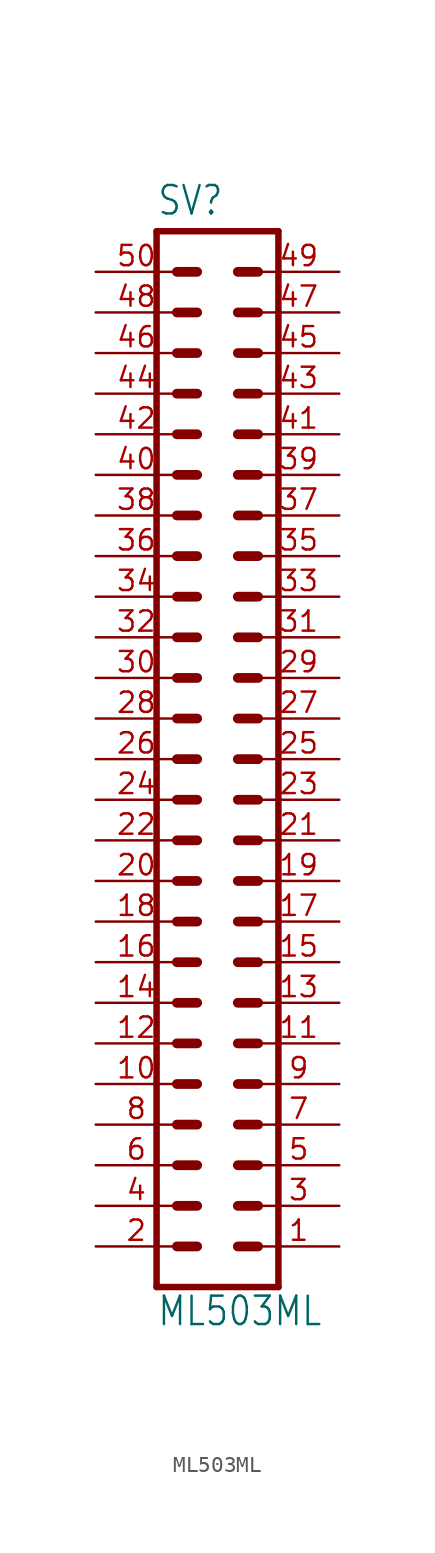
<source format=kicad_sym>
(kicad_symbol_lib
  (version 20211014)
  (generator kicad_symbol_editor)
  (symbol "ML503ML"
    (property "Reference" "SV"
      (at -3.81 33.909 0)
      (effects (font (size 1.778 1.511)) (justify left bottom)))
    (property "Value" "ML503ML"
      (at -3.81 -35.56 0)
      (effects (font (size 1.778 1.511)) (justify left bottom)))
    (property "ki_locked" ""
      (at 0 0 0)
      (effects (font (size 1.27 1.27))))
    (symbol "ML503ML_1_0"
      (polyline (pts (xy -3.81 33.02) (xy -3.81 -33.02)) (stroke (width 0.406) (type default) (color 0 0 0 0)) (fill (type none)))
      (polyline (pts (xy -3.81 33.02) (xy 3.81 33.02)) (stroke (width 0.406) (type default) (color 0 0 0 0)) (fill (type none)))
      (polyline (pts (xy -2.54 -30.48) (xy -1.27 -30.48)) (stroke (width 0.61) (type default) (color 0 0 0 0)) (fill (type none)))
      (polyline (pts (xy -2.54 -27.94) (xy -1.27 -27.94)) (stroke (width 0.61) (type default) (color 0 0 0 0)) (fill (type none)))
      (polyline (pts (xy -2.54 -25.4) (xy -1.27 -25.4)) (stroke (width 0.61) (type default) (color 0 0 0 0)) (fill (type none)))
      (polyline (pts (xy -2.54 -22.86) (xy -1.27 -22.86)) (stroke (width 0.61) (type default) (color 0 0 0 0)) (fill (type none)))
      (polyline (pts (xy -2.54 -20.32) (xy -1.27 -20.32)) (stroke (width 0.61) (type default) (color 0 0 0 0)) (fill (type none)))
      (polyline (pts (xy -2.54 -17.78) (xy -1.27 -17.78)) (stroke (width 0.61) (type default) (color 0 0 0 0)) (fill (type none)))
      (polyline (pts (xy -2.54 -15.24) (xy -1.27 -15.24)) (stroke (width 0.61) (type default) (color 0 0 0 0)) (fill (type none)))
      (polyline (pts (xy -2.54 -12.7) (xy -1.27 -12.7)) (stroke (width 0.61) (type default) (color 0 0 0 0)) (fill (type none)))
      (polyline (pts (xy -2.54 -10.16) (xy -1.27 -10.16)) (stroke (width 0.61) (type default) (color 0 0 0 0)) (fill (type none)))
      (polyline (pts (xy -2.54 -7.62) (xy -1.27 -7.62)) (stroke (width 0.61) (type default) (color 0 0 0 0)) (fill (type none)))
      (polyline (pts (xy -2.54 -5.08) (xy -1.27 -5.08)) (stroke (width 0.61) (type default) (color 0 0 0 0)) (fill (type none)))
      (polyline (pts (xy -2.54 -2.54) (xy -1.27 -2.54)) (stroke (width 0.61) (type default) (color 0 0 0 0)) (fill (type none)))
      (polyline (pts (xy -2.54 0) (xy -1.27 0)) (stroke (width 0.61) (type default) (color 0 0 0 0)) (fill (type none)))
      (polyline (pts (xy -2.54 2.54) (xy -1.27 2.54)) (stroke (width 0.61) (type default) (color 0 0 0 0)) (fill (type none)))
      (polyline (pts (xy -2.54 5.08) (xy -1.27 5.08)) (stroke (width 0.61) (type default) (color 0 0 0 0)) (fill (type none)))
      (polyline (pts (xy -2.54 7.62) (xy -1.27 7.62)) (stroke (width 0.61) (type default) (color 0 0 0 0)) (fill (type none)))
      (polyline (pts (xy -2.54 10.16) (xy -1.27 10.16)) (stroke (width 0.61) (type default) (color 0 0 0 0)) (fill (type none)))
      (polyline (pts (xy -2.54 12.7) (xy -1.27 12.7)) (stroke (width 0.61) (type default) (color 0 0 0 0)) (fill (type none)))
      (polyline (pts (xy -2.54 15.24) (xy -1.27 15.24)) (stroke (width 0.61) (type default) (color 0 0 0 0)) (fill (type none)))
      (polyline (pts (xy -2.54 17.78) (xy -1.27 17.78)) (stroke (width 0.61) (type default) (color 0 0 0 0)) (fill (type none)))
      (polyline (pts (xy -2.54 20.32) (xy -1.27 20.32)) (stroke (width 0.61) (type default) (color 0 0 0 0)) (fill (type none)))
      (polyline (pts (xy -2.54 22.86) (xy -1.27 22.86)) (stroke (width 0.61) (type default) (color 0 0 0 0)) (fill (type none)))
      (polyline (pts (xy -2.54 25.4) (xy -1.27 25.4)) (stroke (width 0.61) (type default) (color 0 0 0 0)) (fill (type none)))
      (polyline (pts (xy -2.54 27.94) (xy -1.27 27.94)) (stroke (width 0.61) (type default) (color 0 0 0 0)) (fill (type none)))
      (polyline (pts (xy -2.54 30.48) (xy -1.27 30.48)) (stroke (width 0.61) (type default) (color 0 0 0 0)) (fill (type none)))
      (polyline (pts (xy 1.27 -30.48) (xy 2.54 -30.48)) (stroke (width 0.61) (type default) (color 0 0 0 0)) (fill (type none)))
      (polyline (pts (xy 1.27 -27.94) (xy 2.54 -27.94)) (stroke (width 0.61) (type default) (color 0 0 0 0)) (fill (type none)))
      (polyline (pts (xy 1.27 -25.4) (xy 2.54 -25.4)) (stroke (width 0.61) (type default) (color 0 0 0 0)) (fill (type none)))
      (polyline (pts (xy 1.27 -22.86) (xy 2.54 -22.86)) (stroke (width 0.61) (type default) (color 0 0 0 0)) (fill (type none)))
      (polyline (pts (xy 1.27 -20.32) (xy 2.54 -20.32)) (stroke (width 0.61) (type default) (color 0 0 0 0)) (fill (type none)))
      (polyline (pts (xy 1.27 -17.78) (xy 2.54 -17.78)) (stroke (width 0.61) (type default) (color 0 0 0 0)) (fill (type none)))
      (polyline (pts (xy 1.27 -15.24) (xy 2.54 -15.24)) (stroke (width 0.61) (type default) (color 0 0 0 0)) (fill (type none)))
      (polyline (pts (xy 1.27 -12.7) (xy 2.54 -12.7)) (stroke (width 0.61) (type default) (color 0 0 0 0)) (fill (type none)))
      (polyline (pts (xy 1.27 -10.16) (xy 2.54 -10.16)) (stroke (width 0.61) (type default) (color 0 0 0 0)) (fill (type none)))
      (polyline (pts (xy 1.27 -7.62) (xy 2.54 -7.62)) (stroke (width 0.61) (type default) (color 0 0 0 0)) (fill (type none)))
      (polyline (pts (xy 1.27 -5.08) (xy 2.54 -5.08)) (stroke (width 0.61) (type default) (color 0 0 0 0)) (fill (type none)))
      (polyline (pts (xy 1.27 -2.54) (xy 2.54 -2.54)) (stroke (width 0.61) (type default) (color 0 0 0 0)) (fill (type none)))
      (polyline (pts (xy 1.27 0) (xy 2.54 0)) (stroke (width 0.61) (type default) (color 0 0 0 0)) (fill (type none)))
      (polyline (pts (xy 1.27 2.54) (xy 2.54 2.54)) (stroke (width 0.61) (type default) (color 0 0 0 0)) (fill (type none)))
      (polyline (pts (xy 1.27 5.08) (xy 2.54 5.08)) (stroke (width 0.61) (type default) (color 0 0 0 0)) (fill (type none)))
      (polyline (pts (xy 1.27 7.62) (xy 2.54 7.62)) (stroke (width 0.61) (type default) (color 0 0 0 0)) (fill (type none)))
      (polyline (pts (xy 1.27 10.16) (xy 2.54 10.16)) (stroke (width 0.61) (type default) (color 0 0 0 0)) (fill (type none)))
      (polyline (pts (xy 1.27 12.7) (xy 2.54 12.7)) (stroke (width 0.61) (type default) (color 0 0 0 0)) (fill (type none)))
      (polyline (pts (xy 1.27 15.24) (xy 2.54 15.24)) (stroke (width 0.61) (type default) (color 0 0 0 0)) (fill (type none)))
      (polyline (pts (xy 1.27 17.78) (xy 2.54 17.78)) (stroke (width 0.61) (type default) (color 0 0 0 0)) (fill (type none)))
      (polyline (pts (xy 1.27 20.32) (xy 2.54 20.32)) (stroke (width 0.61) (type default) (color 0 0 0 0)) (fill (type none)))
      (polyline (pts (xy 1.27 22.86) (xy 2.54 22.86)) (stroke (width 0.61) (type default) (color 0 0 0 0)) (fill (type none)))
      (polyline (pts (xy 1.27 25.4) (xy 2.54 25.4)) (stroke (width 0.61) (type default) (color 0 0 0 0)) (fill (type none)))
      (polyline (pts (xy 1.27 27.94) (xy 2.54 27.94)) (stroke (width 0.61) (type default) (color 0 0 0 0)) (fill (type none)))
      (polyline (pts (xy 1.27 30.48) (xy 2.54 30.48)) (stroke (width 0.61) (type default) (color 0 0 0 0)) (fill (type none)))
      (polyline (pts (xy 3.81 -33.02) (xy -3.81 -33.02)) (stroke (width 0.406) (type default) (color 0 0 0 0)) (fill (type none)))
      (polyline (pts (xy 3.81 -33.02) (xy 3.81 33.02)) (stroke (width 0.406) (type default) (color 0 0 0 0)) (fill (type none)))
      (pin passive line (at 7.62 -30.48 180) (length 5.08) (name "1" (effects (font (size 0 0)))) (number "1" (effects (font (size 1.27 1.27)))))
      (pin passive line (at -7.62 -20.32 0) (length 5.08) (name "10" (effects (font (size 0 0)))) (number "10" (effects (font (size 1.27 1.27)))))
      (pin passive line (at 7.62 -17.78 180) (length 5.08) (name "11" (effects (font (size 0 0)))) (number "11" (effects (font (size 1.27 1.27)))))
      (pin passive line (at -7.62 -17.78 0) (length 5.08) (name "12" (effects (font (size 0 0)))) (number "12" (effects (font (size 1.27 1.27)))))
      (pin passive line (at 7.62 -15.24 180) (length 5.08) (name "13" (effects (font (size 0 0)))) (number "13" (effects (font (size 1.27 1.27)))))
      (pin passive line (at -7.62 -15.24 0) (length 5.08) (name "14" (effects (font (size 0 0)))) (number "14" (effects (font (size 1.27 1.27)))))
      (pin passive line (at 7.62 -12.7 180) (length 5.08) (name "15" (effects (font (size 0 0)))) (number "15" (effects (font (size 1.27 1.27)))))
      (pin passive line (at -7.62 -12.7 0) (length 5.08) (name "16" (effects (font (size 0 0)))) (number "16" (effects (font (size 1.27 1.27)))))
      (pin passive line (at 7.62 -10.16 180) (length 5.08) (name "17" (effects (font (size 0 0)))) (number "17" (effects (font (size 1.27 1.27)))))
      (pin passive line (at -7.62 -10.16 0) (length 5.08) (name "18" (effects (font (size 0 0)))) (number "18" (effects (font (size 1.27 1.27)))))
      (pin passive line (at 7.62 -7.62 180) (length 5.08) (name "19" (effects (font (size 0 0)))) (number "19" (effects (font (size 1.27 1.27)))))
      (pin passive line (at -7.62 -30.48 0) (length 5.08) (name "2" (effects (font (size 0 0)))) (number "2" (effects (font (size 1.27 1.27)))))
      (pin passive line (at -7.62 -7.62 0) (length 5.08) (name "20" (effects (font (size 0 0)))) (number "20" (effects (font (size 1.27 1.27)))))
      (pin passive line (at 7.62 -5.08 180) (length 5.08) (name "21" (effects (font (size 0 0)))) (number "21" (effects (font (size 1.27 1.27)))))
      (pin passive line (at -7.62 -5.08 0) (length 5.08) (name "22" (effects (font (size 0 0)))) (number "22" (effects (font (size 1.27 1.27)))))
      (pin passive line (at 7.62 -2.54 180) (length 5.08) (name "23" (effects (font (size 0 0)))) (number "23" (effects (font (size 1.27 1.27)))))
      (pin passive line (at -7.62 -2.54 0) (length 5.08) (name "24" (effects (font (size 0 0)))) (number "24" (effects (font (size 1.27 1.27)))))
      (pin passive line (at 7.62 0 180) (length 5.08) (name "25" (effects (font (size 0 0)))) (number "25" (effects (font (size 1.27 1.27)))))
      (pin passive line (at -7.62 0 0) (length 5.08) (name "26" (effects (font (size 0 0)))) (number "26" (effects (font (size 1.27 1.27)))))
      (pin passive line (at 7.62 2.54 180) (length 5.08) (name "27" (effects (font (size 0 0)))) (number "27" (effects (font (size 1.27 1.27)))))
      (pin passive line (at -7.62 2.54 0) (length 5.08) (name "28" (effects (font (size 0 0)))) (number "28" (effects (font (size 1.27 1.27)))))
      (pin passive line (at 7.62 5.08 180) (length 5.08) (name "29" (effects (font (size 0 0)))) (number "29" (effects (font (size 1.27 1.27)))))
      (pin passive line (at 7.62 -27.94 180) (length 5.08) (name "3" (effects (font (size 0 0)))) (number "3" (effects (font (size 1.27 1.27)))))
      (pin passive line (at -7.62 5.08 0) (length 5.08) (name "30" (effects (font (size 0 0)))) (number "30" (effects (font (size 1.27 1.27)))))
      (pin passive line (at 7.62 7.62 180) (length 5.08) (name "31" (effects (font (size 0 0)))) (number "31" (effects (font (size 1.27 1.27)))))
      (pin passive line (at -7.62 7.62 0) (length 5.08) (name "32" (effects (font (size 0 0)))) (number "32" (effects (font (size 1.27 1.27)))))
      (pin passive line (at 7.62 10.16 180) (length 5.08) (name "33" (effects (font (size 0 0)))) (number "33" (effects (font (size 1.27 1.27)))))
      (pin passive line (at -7.62 10.16 0) (length 5.08) (name "34" (effects (font (size 0 0)))) (number "34" (effects (font (size 1.27 1.27)))))
      (pin passive line (at 7.62 12.7 180) (length 5.08) (name "35" (effects (font (size 0 0)))) (number "35" (effects (font (size 1.27 1.27)))))
      (pin passive line (at -7.62 12.7 0) (length 5.08) (name "36" (effects (font (size 0 0)))) (number "36" (effects (font (size 1.27 1.27)))))
      (pin passive line (at 7.62 15.24 180) (length 5.08) (name "37" (effects (font (size 0 0)))) (number "37" (effects (font (size 1.27 1.27)))))
      (pin passive line (at -7.62 15.24 0) (length 5.08) (name "38" (effects (font (size 0 0)))) (number "38" (effects (font (size 1.27 1.27)))))
      (pin passive line (at 7.62 17.78 180) (length 5.08) (name "39" (effects (font (size 0 0)))) (number "39" (effects (font (size 1.27 1.27)))))
      (pin passive line (at -7.62 -27.94 0) (length 5.08) (name "4" (effects (font (size 0 0)))) (number "4" (effects (font (size 1.27 1.27)))))
      (pin passive line (at -7.62 17.78 0) (length 5.08) (name "40" (effects (font (size 0 0)))) (number "40" (effects (font (size 1.27 1.27)))))
      (pin passive line (at 7.62 20.32 180) (length 5.08) (name "41" (effects (font (size 0 0)))) (number "41" (effects (font (size 1.27 1.27)))))
      (pin passive line (at -7.62 20.32 0) (length 5.08) (name "42" (effects (font (size 0 0)))) (number "42" (effects (font (size 1.27 1.27)))))
      (pin passive line (at 7.62 22.86 180) (length 5.08) (name "43" (effects (font (size 0 0)))) (number "43" (effects (font (size 1.27 1.27)))))
      (pin passive line (at -7.62 22.86 0) (length 5.08) (name "44" (effects (font (size 0 0)))) (number "44" (effects (font (size 1.27 1.27)))))
      (pin passive line (at 7.62 25.4 180) (length 5.08) (name "45" (effects (font (size 0 0)))) (number "45" (effects (font (size 1.27 1.27)))))
      (pin passive line (at -7.62 25.4 0) (length 5.08) (name "46" (effects (font (size 0 0)))) (number "46" (effects (font (size 1.27 1.27)))))
      (pin passive line (at 7.62 27.94 180) (length 5.08) (name "47" (effects (font (size 0 0)))) (number "47" (effects (font (size 1.27 1.27)))))
      (pin passive line (at -7.62 27.94 0) (length 5.08) (name "48" (effects (font (size 0 0)))) (number "48" (effects (font (size 1.27 1.27)))))
      (pin passive line (at 7.62 30.48 180) (length 5.08) (name "49" (effects (font (size 0 0)))) (number "49" (effects (font (size 1.27 1.27)))))
      (pin passive line (at 7.62 -25.4 180) (length 5.08) (name "5" (effects (font (size 0 0)))) (number "5" (effects (font (size 1.27 1.27)))))
      (pin passive line (at -7.62 30.48 0) (length 5.08) (name "50" (effects (font (size 0 0)))) (number "50" (effects (font (size 1.27 1.27)))))
      (pin passive line (at -7.62 -25.4 0) (length 5.08) (name "6" (effects (font (size 0 0)))) (number "6" (effects (font (size 1.27 1.27)))))
      (pin passive line (at 7.62 -22.86 180) (length 5.08) (name "7" (effects (font (size 0 0)))) (number "7" (effects (font (size 1.27 1.27)))))
      (pin passive line (at -7.62 -22.86 0) (length 5.08) (name "8" (effects (font (size 0 0)))) (number "8" (effects (font (size 1.27 1.27)))))
      (pin passive line (at 7.62 -20.32 180) (length 5.08) (name "9" (effects (font (size 0 0)))) (number "9" (effects (font (size 1.27 1.27))))))))
</source>
